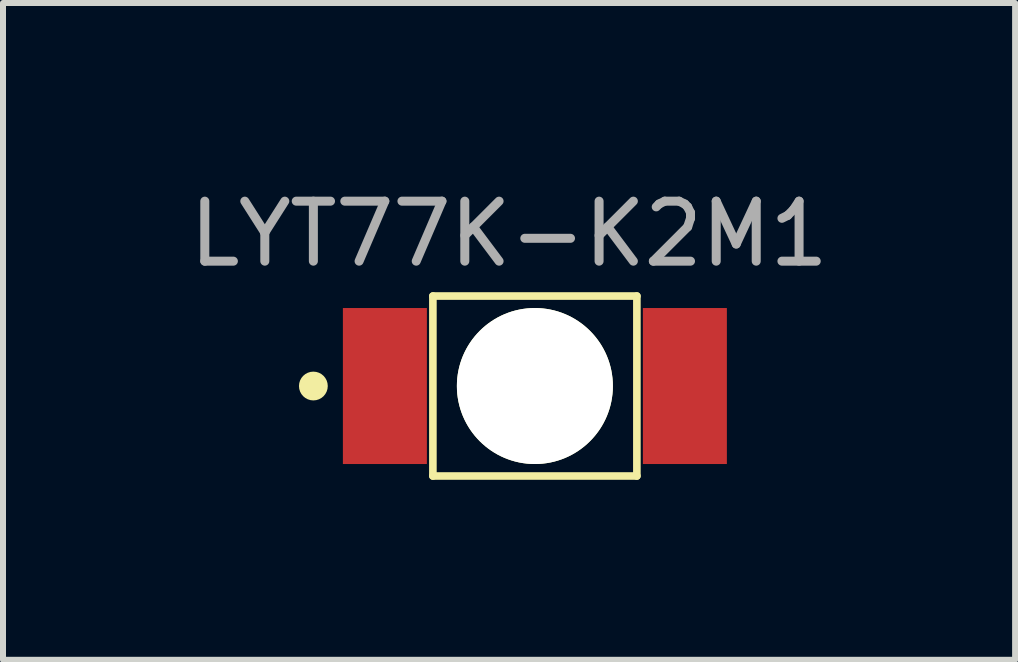
<source format=kicad_pcb>
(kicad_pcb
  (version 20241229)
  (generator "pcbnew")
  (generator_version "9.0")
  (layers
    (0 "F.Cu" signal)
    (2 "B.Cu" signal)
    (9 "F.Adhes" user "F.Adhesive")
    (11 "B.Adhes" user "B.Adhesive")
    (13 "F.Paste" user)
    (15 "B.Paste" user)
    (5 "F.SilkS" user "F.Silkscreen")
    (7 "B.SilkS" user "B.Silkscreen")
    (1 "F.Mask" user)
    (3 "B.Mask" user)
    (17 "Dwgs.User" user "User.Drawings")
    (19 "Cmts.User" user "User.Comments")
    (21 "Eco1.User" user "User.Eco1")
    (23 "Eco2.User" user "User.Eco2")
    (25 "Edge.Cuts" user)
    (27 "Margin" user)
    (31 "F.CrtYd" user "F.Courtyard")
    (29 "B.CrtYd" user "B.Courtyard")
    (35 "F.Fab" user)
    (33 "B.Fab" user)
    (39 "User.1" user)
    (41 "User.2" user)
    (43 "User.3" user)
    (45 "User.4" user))
  (footprint "LYT77K-K2M1"
    (layer "F.Cu")
    (at 5.865 3.384)
    (property "Reference" "LYT77K-K2M1" (at -0.43 -2.536 0) (layer "F.Fab") (effects (font (size 1 1) (thickness 0.15))))
    (attr smd)
    (fp_line (start -1.7 -1.5) (end 1.7 -1.5) (stroke (width 0.127) (type solid)) (layer "F.SilkS"))
    (fp_line (start -1.7 1.5) (end -1.7 -1.5) (stroke (width 0.127) (type solid)) (layer "F.SilkS"))
    (fp_line (start 1.7 -1.5) (end 1.7 1.5) (stroke (width 0.127) (type solid)) (layer "F.SilkS"))
    (fp_line (start 1.7 1.5) (end -1.7 1.5) (stroke (width 0.127) (type solid)) (layer "F.SilkS"))
    (fp_circle (center -3.692 0) (end -3.572 0) (stroke (width 0.24) (type solid)) (fill no) (layer "F.SilkS"))
    (pad "" np_thru_hole circle (at 0 0) (size 2.6 2.6) (drill 2.6) (layers "*.Cu" "*.Mask" "F.SilkS"))
    (pad "1" smd rect (at -2.5 0) (size 1.4 2.6) (layers "F.Cu" "F.Mask" "F.Paste"))
    (pad "2" smd rect (at 2.5 0) (size 1.4 2.6) (layers "F.Cu" "F.Mask" "F.Paste")))
  (gr_rect
    (start -3 -3)
    (end 13.869 7.947)
    (stroke (width 0.1) (type default))
    (fill no)
    (layer "Edge.Cuts")))
</source>
